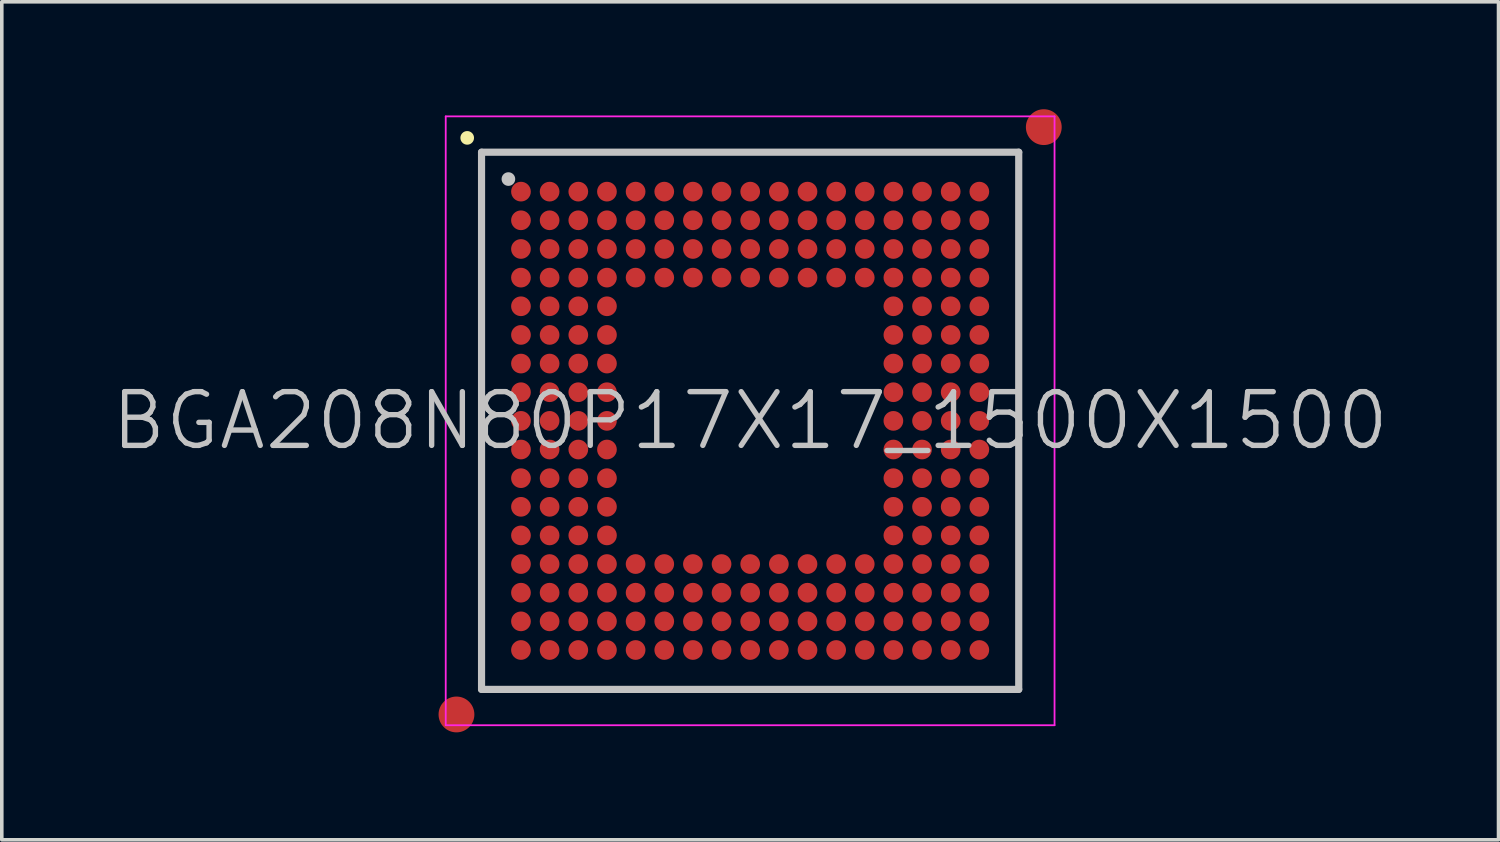
<source format=kicad_pcb>
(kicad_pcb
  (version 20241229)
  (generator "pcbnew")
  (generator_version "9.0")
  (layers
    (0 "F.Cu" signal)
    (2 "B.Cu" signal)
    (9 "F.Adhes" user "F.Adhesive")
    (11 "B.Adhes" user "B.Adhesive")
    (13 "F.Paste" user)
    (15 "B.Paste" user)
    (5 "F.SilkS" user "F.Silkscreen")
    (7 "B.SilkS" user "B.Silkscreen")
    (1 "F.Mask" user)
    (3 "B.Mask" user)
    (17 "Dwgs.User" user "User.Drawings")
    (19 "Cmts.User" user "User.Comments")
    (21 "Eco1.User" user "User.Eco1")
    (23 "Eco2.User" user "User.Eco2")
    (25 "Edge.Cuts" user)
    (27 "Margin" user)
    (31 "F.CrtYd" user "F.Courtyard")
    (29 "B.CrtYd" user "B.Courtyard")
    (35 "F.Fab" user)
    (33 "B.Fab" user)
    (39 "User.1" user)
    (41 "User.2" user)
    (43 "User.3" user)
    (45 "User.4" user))
  (footprint "BGA208N80P17X17_1500X1500"
    (layer "F.Cu")
    (at 17.896 8.7)
    (property "Reference" "BGA208N80P17X17_1500X1500" (at 0 0 0) (layer "Dwgs.User") (effects (font (size 1.5 1.5) (thickness 0.15))))
    (attr smd)
    (fp_line (start -7.9 -7.9) (end -7.9 -7.9) (stroke (width 0.381) (type solid)) (layer "F.SilkS"))
    (fp_line (start -7.5 -7.5) (end -7.5 7.5) (stroke (width 0.2) (type solid)) (layer "Dwgs.User"))
    (fp_line (start -7.5 -7.5) (end 7.5 -7.5) (stroke (width 0.2) (type solid)) (layer "Dwgs.User"))
    (fp_line (start -7.5 7.5) (end 7.5 7.5) (stroke (width 0.2) (type solid)) (layer "Dwgs.User"))
    (fp_line (start -6.75 -6.75) (end -6.75 -6.75) (stroke (width 0.381) (type solid)) (layer "Dwgs.User"))
    (fp_line (start 7.5 -7.5) (end 7.5 7.5) (stroke (width 0.2) (type solid)) (layer "Dwgs.User"))
    (fp_line (start -8.5 -8.5) (end -8.5 8.5) (stroke (width 0.05) (type solid)) (layer "F.CrtYd"))
    (fp_line (start -8.5 -8.5) (end 8.5 -8.5) (stroke (width 0.05) (type solid)) (layer "F.CrtYd"))
    (fp_line (start -8.5 8.5) (end 8.5 8.5) (stroke (width 0.05) (type solid)) (layer "F.CrtYd"))
    (fp_line (start 8.5 -8.5) (end 8.5 8.5) (stroke (width 0.05) (type solid)) (layer "F.CrtYd"))
    (pad "" smd circle (at -8.2 8.2) (size 1 1) (layers "F.Cu" "F.Mask"))
    (pad "" smd circle (at 8.2 -8.2) (size 1 1) (layers "F.Cu" "F.Mask"))
    (pad "A1" smd circle (at -6.399 -6.399) (size 0.55 0.55) (layers "F.Cu" "F.Mask" "F.Paste"))
    (pad "A2" smd circle (at -5.599 -6.399) (size 0.55 0.55) (layers "F.Cu" "F.Mask" "F.Paste"))
    (pad "A3" smd circle (at -4.798 -6.399) (size 0.55 0.55) (layers "F.Cu" "F.Mask" "F.Paste"))
    (pad "A4" smd circle (at -3.998 -6.399) (size 0.55 0.55) (layers "F.Cu" "F.Mask" "F.Paste"))
    (pad "A5" smd circle (at -3.198 -6.399) (size 0.55 0.55) (layers "F.Cu" "F.Mask" "F.Paste"))
    (pad "A6" smd circle (at -2.398 -6.399) (size 0.55 0.55) (layers "F.Cu" "F.Mask" "F.Paste"))
    (pad "A7" smd circle (at -1.598 -6.399) (size 0.55 0.55) (layers "F.Cu" "F.Mask" "F.Paste"))
    (pad "A8" smd circle (at -0.798 -6.399) (size 0.55 0.55) (layers "F.Cu" "F.Mask" "F.Paste"))
    (pad "A9" smd circle (at 0.002 -6.399) (size 0.55 0.55) (layers "F.Cu" "F.Mask" "F.Paste"))
    (pad "A10" smd circle (at 0.802 -6.399) (size 0.55 0.55) (layers "F.Cu" "F.Mask" "F.Paste"))
    (pad "A11" smd circle (at 1.602 -6.399) (size 0.55 0.55) (layers "F.Cu" "F.Mask" "F.Paste"))
    (pad "A12" smd circle (at 2.402 -6.399) (size 0.55 0.55) (layers "F.Cu" "F.Mask" "F.Paste"))
    (pad "A13" smd circle (at 3.2 -6.399) (size 0.55 0.55) (layers "F.Cu" "F.Mask" "F.Paste"))
    (pad "A14" smd circle (at 4 -6.399) (size 0.55 0.55) (layers "F.Cu" "F.Mask" "F.Paste"))
    (pad "A15" smd circle (at 4.8 -6.399) (size 0.55 0.55) (layers "F.Cu" "F.Mask" "F.Paste"))
    (pad "A16" smd circle (at 5.6 -6.399) (size 0.55 0.55) (layers "F.Cu" "F.Mask" "F.Paste"))
    (pad "A17" smd circle (at 6.4 -6.399) (size 0.55 0.55) (layers "F.Cu" "F.Mask" "F.Paste"))
    (pad "B1" smd circle (at -6.399 -5.599) (size 0.55 0.55) (layers "F.Cu" "F.Mask" "F.Paste"))
    (pad "B2" smd circle (at -5.599 -5.599) (size 0.55 0.55) (layers "F.Cu" "F.Mask" "F.Paste"))
    (pad "B3" smd circle (at -4.798 -5.599) (size 0.55 0.55) (layers "F.Cu" "F.Mask" "F.Paste"))
    (pad "B4" smd circle (at -3.998 -5.599) (size 0.55 0.55) (layers "F.Cu" "F.Mask" "F.Paste"))
    (pad "B5" smd circle (at -3.198 -5.599) (size 0.55 0.55) (layers "F.Cu" "F.Mask" "F.Paste"))
    (pad "B6" smd circle (at -2.398 -5.599) (size 0.55 0.55) (layers "F.Cu" "F.Mask" "F.Paste"))
    (pad "B7" smd circle (at -1.598 -5.599) (size 0.55 0.55) (layers "F.Cu" "F.Mask" "F.Paste"))
    (pad "B8" smd circle (at -0.798 -5.599) (size 0.55 0.55) (layers "F.Cu" "F.Mask" "F.Paste"))
    (pad "B9" smd circle (at 0.002 -5.599) (size 0.55 0.55) (layers "F.Cu" "F.Mask" "F.Paste"))
    (pad "B10" smd circle (at 0.802 -5.599) (size 0.55 0.55) (layers "F.Cu" "F.Mask" "F.Paste"))
    (pad "B11" smd circle (at 1.602 -5.599) (size 0.55 0.55) (layers "F.Cu" "F.Mask" "F.Paste"))
    (pad "B12" smd circle (at 2.402 -5.599) (size 0.55 0.55) (layers "F.Cu" "F.Mask" "F.Paste"))
    (pad "B13" smd circle (at 3.2 -5.599) (size 0.55 0.55) (layers "F.Cu" "F.Mask" "F.Paste"))
    (pad "B14" smd circle (at 4 -5.599) (size 0.55 0.55) (layers "F.Cu" "F.Mask" "F.Paste"))
    (pad "B15" smd circle (at 4.8 -5.599) (size 0.55 0.55) (layers "F.Cu" "F.Mask" "F.Paste"))
    (pad "B16" smd circle (at 5.6 -5.599) (size 0.55 0.55) (layers "F.Cu" "F.Mask" "F.Paste"))
    (pad "B17" smd circle (at 6.4 -5.599) (size 0.55 0.55) (layers "F.Cu" "F.Mask" "F.Paste"))
    (pad "C1" smd circle (at -6.399 -4.798) (size 0.55 0.55) (layers "F.Cu" "F.Mask" "F.Paste"))
    (pad "C2" smd circle (at -5.599 -4.798) (size 0.55 0.55) (layers "F.Cu" "F.Mask" "F.Paste"))
    (pad "C3" smd circle (at -4.798 -4.798) (size 0.55 0.55) (layers "F.Cu" "F.Mask" "F.Paste"))
    (pad "C4" smd circle (at -3.998 -4.798) (size 0.55 0.55) (layers "F.Cu" "F.Mask" "F.Paste"))
    (pad "C5" smd circle (at -3.198 -4.798) (size 0.55 0.55) (layers "F.Cu" "F.Mask" "F.Paste"))
    (pad "C6" smd circle (at -2.398 -4.798) (size 0.55 0.55) (layers "F.Cu" "F.Mask" "F.Paste"))
    (pad "C7" smd circle (at -1.598 -4.798) (size 0.55 0.55) (layers "F.Cu" "F.Mask" "F.Paste"))
    (pad "C8" smd circle (at -0.798 -4.798) (size 0.55 0.55) (layers "F.Cu" "F.Mask" "F.Paste"))
    (pad "C9" smd circle (at 0.002 -4.798) (size 0.55 0.55) (layers "F.Cu" "F.Mask" "F.Paste"))
    (pad "C10" smd circle (at 0.802 -4.798) (size 0.55 0.55) (layers "F.Cu" "F.Mask" "F.Paste"))
    (pad "C11" smd circle (at 1.602 -4.798) (size 0.55 0.55) (layers "F.Cu" "F.Mask" "F.Paste"))
    (pad "C12" smd circle (at 2.402 -4.798) (size 0.55 0.55) (layers "F.Cu" "F.Mask" "F.Paste"))
    (pad "C13" smd circle (at 3.2 -4.798) (size 0.55 0.55) (layers "F.Cu" "F.Mask" "F.Paste"))
    (pad "C14" smd circle (at 4 -4.798) (size 0.55 0.55) (layers "F.Cu" "F.Mask" "F.Paste"))
    (pad "C15" smd circle (at 4.8 -4.798) (size 0.55 0.55) (layers "F.Cu" "F.Mask" "F.Paste"))
    (pad "C16" smd circle (at 5.6 -4.798) (size 0.55 0.55) (layers "F.Cu" "F.Mask" "F.Paste"))
    (pad "C17" smd circle (at 6.4 -4.798) (size 0.55 0.55) (layers "F.Cu" "F.Mask" "F.Paste"))
    (pad "D1" smd circle (at -6.399 -3.998) (size 0.55 0.55) (layers "F.Cu" "F.Mask" "F.Paste"))
    (pad "D2" smd circle (at -5.599 -3.998) (size 0.55 0.55) (layers "F.Cu" "F.Mask" "F.Paste"))
    (pad "D3" smd circle (at -4.798 -3.998) (size 0.55 0.55) (layers "F.Cu" "F.Mask" "F.Paste"))
    (pad "D4" smd circle (at -3.998 -3.998) (size 0.55 0.55) (layers "F.Cu" "F.Mask" "F.Paste"))
    (pad "D5" smd circle (at -3.198 -3.998) (size 0.55 0.55) (layers "F.Cu" "F.Mask" "F.Paste"))
    (pad "D6" smd circle (at -2.398 -3.998) (size 0.55 0.55) (layers "F.Cu" "F.Mask" "F.Paste"))
    (pad "D7" smd circle (at -1.598 -3.998) (size 0.55 0.55) (layers "F.Cu" "F.Mask" "F.Paste"))
    (pad "D8" smd circle (at -0.798 -3.998) (size 0.55 0.55) (layers "F.Cu" "F.Mask" "F.Paste"))
    (pad "D9" smd circle (at 0.002 -3.998) (size 0.55 0.55) (layers "F.Cu" "F.Mask" "F.Paste"))
    (pad "D10" smd circle (at 0.802 -3.998) (size 0.55 0.55) (layers "F.Cu" "F.Mask" "F.Paste"))
    (pad "D11" smd circle (at 1.602 -3.998) (size 0.55 0.55) (layers "F.Cu" "F.Mask" "F.Paste"))
    (pad "D12" smd circle (at 2.402 -3.998) (size 0.55 0.55) (layers "F.Cu" "F.Mask" "F.Paste"))
    (pad "D13" smd circle (at 3.2 -3.998) (size 0.55 0.55) (layers "F.Cu" "F.Mask" "F.Paste"))
    (pad "D14" smd circle (at 4 -3.998) (size 0.55 0.55) (layers "F.Cu" "F.Mask" "F.Paste"))
    (pad "D15" smd circle (at 4.8 -3.998) (size 0.55 0.55) (layers "F.Cu" "F.Mask" "F.Paste"))
    (pad "D16" smd circle (at 5.6 -3.998) (size 0.55 0.55) (layers "F.Cu" "F.Mask" "F.Paste"))
    (pad "D17" smd circle (at 6.4 -3.998) (size 0.55 0.55) (layers "F.Cu" "F.Mask" "F.Paste"))
    (pad "E1" smd circle (at -6.399 -3.198) (size 0.55 0.55) (layers "F.Cu" "F.Mask" "F.Paste"))
    (pad "E2" smd circle (at -5.599 -3.198) (size 0.55 0.55) (layers "F.Cu" "F.Mask" "F.Paste"))
    (pad "E3" smd circle (at -4.798 -3.198) (size 0.55 0.55) (layers "F.Cu" "F.Mask" "F.Paste"))
    (pad "E4" smd circle (at -3.998 -3.198) (size 0.55 0.55) (layers "F.Cu" "F.Mask" "F.Paste"))
    (pad "E14" smd circle (at 4 -3.198) (size 0.55 0.55) (layers "F.Cu" "F.Mask" "F.Paste"))
    (pad "E15" smd circle (at 4.8 -3.198) (size 0.55 0.55) (layers "F.Cu" "F.Mask" "F.Paste"))
    (pad "E16" smd circle (at 5.6 -3.198) (size 0.55 0.55) (layers "F.Cu" "F.Mask" "F.Paste"))
    (pad "E17" smd circle (at 6.4 -3.198) (size 0.55 0.55) (layers "F.Cu" "F.Mask" "F.Paste"))
    (pad "F1" smd circle (at -6.399 -2.398) (size 0.55 0.55) (layers "F.Cu" "F.Mask" "F.Paste"))
    (pad "F2" smd circle (at -5.599 -2.398) (size 0.55 0.55) (layers "F.Cu" "F.Mask" "F.Paste"))
    (pad "F3" smd circle (at -4.798 -2.398) (size 0.55 0.55) (layers "F.Cu" "F.Mask" "F.Paste"))
    (pad "F4" smd circle (at -3.998 -2.398) (size 0.55 0.55) (layers "F.Cu" "F.Mask" "F.Paste"))
    (pad "F14" smd circle (at 4 -2.398) (size 0.55 0.55) (layers "F.Cu" "F.Mask" "F.Paste"))
    (pad "F15" smd circle (at 4.8 -2.398) (size 0.55 0.55) (layers "F.Cu" "F.Mask" "F.Paste"))
    (pad "F16" smd circle (at 5.6 -2.398) (size 0.55 0.55) (layers "F.Cu" "F.Mask" "F.Paste"))
    (pad "F17" smd circle (at 6.4 -2.398) (size 0.55 0.55) (layers "F.Cu" "F.Mask" "F.Paste"))
    (pad "G1" smd circle (at -6.399 -1.598) (size 0.55 0.55) (layers "F.Cu" "F.Mask" "F.Paste"))
    (pad "G2" smd circle (at -5.599 -1.598) (size 0.55 0.55) (layers "F.Cu" "F.Mask" "F.Paste"))
    (pad "G3" smd circle (at -4.798 -1.598) (size 0.55 0.55) (layers "F.Cu" "F.Mask" "F.Paste"))
    (pad "G4" smd circle (at -3.998 -1.598) (size 0.55 0.55) (layers "F.Cu" "F.Mask" "F.Paste"))
    (pad "G14" smd circle (at 4 -1.598) (size 0.55 0.55) (layers "F.Cu" "F.Mask" "F.Paste"))
    (pad "G15" smd circle (at 4.8 -1.598) (size 0.55 0.55) (layers "F.Cu" "F.Mask" "F.Paste"))
    (pad "G16" smd circle (at 5.6 -1.598) (size 0.55 0.55) (layers "F.Cu" "F.Mask" "F.Paste"))
    (pad "G17" smd circle (at 6.4 -1.598) (size 0.55 0.55) (layers "F.Cu" "F.Mask" "F.Paste"))
    (pad "H1" smd circle (at -6.399 -0.798) (size 0.55 0.55) (layers "F.Cu" "F.Mask" "F.Paste"))
    (pad "H2" smd circle (at -5.599 -0.798) (size 0.55 0.55) (layers "F.Cu" "F.Mask" "F.Paste"))
    (pad "H3" smd circle (at -4.798 -0.798) (size 0.55 0.55) (layers "F.Cu" "F.Mask" "F.Paste"))
    (pad "H4" smd circle (at -3.998 -0.798) (size 0.55 0.55) (layers "F.Cu" "F.Mask" "F.Paste"))
    (pad "H14" smd circle (at 4 -0.798) (size 0.55 0.55) (layers "F.Cu" "F.Mask" "F.Paste"))
    (pad "H15" smd circle (at 4.8 -0.798) (size 0.55 0.55) (layers "F.Cu" "F.Mask" "F.Paste"))
    (pad "H16" smd circle (at 5.6 -0.798) (size 0.55 0.55) (layers "F.Cu" "F.Mask" "F.Paste"))
    (pad "H17" smd circle (at 6.4 -0.798) (size 0.55 0.55) (layers "F.Cu" "F.Mask" "F.Paste"))
    (pad "J1" smd circle (at -6.399 0.002) (size 0.55 0.55) (layers "F.Cu" "F.Mask" "F.Paste"))
    (pad "J2" smd circle (at -5.599 0.002) (size 0.55 0.55) (layers "F.Cu" "F.Mask" "F.Paste"))
    (pad "J3" smd circle (at -4.798 0.002) (size 0.55 0.55) (layers "F.Cu" "F.Mask" "F.Paste"))
    (pad "J4" smd circle (at -3.998 0.002) (size 0.55 0.55) (layers "F.Cu" "F.Mask" "F.Paste"))
    (pad "J14" smd circle (at 4 0.002) (size 0.55 0.55) (layers "F.Cu" "F.Mask" "F.Paste"))
    (pad "J15" smd circle (at 4.8 0.002) (size 0.55 0.55) (layers "F.Cu" "F.Mask" "F.Paste"))
    (pad "J16" smd circle (at 5.6 0.002) (size 0.55 0.55) (layers "F.Cu" "F.Mask" "F.Paste"))
    (pad "J17" smd circle (at 6.4 0.002) (size 0.55 0.55) (layers "F.Cu" "F.Mask" "F.Paste"))
    (pad "K1" smd circle (at -6.399 0.802) (size 0.55 0.55) (layers "F.Cu" "F.Mask" "F.Paste"))
    (pad "K2" smd circle (at -5.599 0.802) (size 0.55 0.55) (layers "F.Cu" "F.Mask" "F.Paste"))
    (pad "K3" smd circle (at -4.798 0.802) (size 0.55 0.55) (layers "F.Cu" "F.Mask" "F.Paste"))
    (pad "K4" smd circle (at -3.998 0.802) (size 0.55 0.55) (layers "F.Cu" "F.Mask" "F.Paste"))
    (pad "K14" smd circle (at 4 0.802) (size 0.55 0.55) (layers "F.Cu" "F.Mask" "F.Paste"))
    (pad "K15" smd circle (at 4.8 0.802) (size 0.55 0.55) (layers "F.Cu" "F.Mask" "F.Paste"))
    (pad "K16" smd circle (at 5.6 0.802) (size 0.55 0.55) (layers "F.Cu" "F.Mask" "F.Paste"))
    (pad "K17" smd circle (at 6.4 0.802) (size 0.55 0.55) (layers "F.Cu" "F.Mask" "F.Paste"))
    (pad "L1" smd circle (at -6.399 1.602) (size 0.55 0.55) (layers "F.Cu" "F.Mask" "F.Paste"))
    (pad "L2" smd circle (at -5.599 1.602) (size 0.55 0.55) (layers "F.Cu" "F.Mask" "F.Paste"))
    (pad "L3" smd circle (at -4.798 1.602) (size 0.55 0.55) (layers "F.Cu" "F.Mask" "F.Paste"))
    (pad "L4" smd circle (at -3.998 1.602) (size 0.55 0.55) (layers "F.Cu" "F.Mask" "F.Paste"))
    (pad "L14" smd circle (at 4 1.602) (size 0.55 0.55) (layers "F.Cu" "F.Mask" "F.Paste"))
    (pad "L15" smd circle (at 4.8 1.602) (size 0.55 0.55) (layers "F.Cu" "F.Mask" "F.Paste"))
    (pad "L16" smd circle (at 5.6 1.602) (size 0.55 0.55) (layers "F.Cu" "F.Mask" "F.Paste"))
    (pad "L17" smd circle (at 6.4 1.602) (size 0.55 0.55) (layers "F.Cu" "F.Mask" "F.Paste"))
    (pad "M1" smd circle (at -6.399 2.402) (size 0.55 0.55) (layers "F.Cu" "F.Mask" "F.Paste"))
    (pad "M2" smd circle (at -5.599 2.402) (size 0.55 0.55) (layers "F.Cu" "F.Mask" "F.Paste"))
    (pad "M3" smd circle (at -4.798 2.402) (size 0.55 0.55) (layers "F.Cu" "F.Mask" "F.Paste"))
    (pad "M4" smd circle (at -3.998 2.402) (size 0.55 0.55) (layers "F.Cu" "F.Mask" "F.Paste"))
    (pad "M14" smd circle (at 4 2.402) (size 0.55 0.55) (layers "F.Cu" "F.Mask" "F.Paste"))
    (pad "M15" smd circle (at 4.8 2.402) (size 0.55 0.55) (layers "F.Cu" "F.Mask" "F.Paste"))
    (pad "M16" smd circle (at 5.6 2.402) (size 0.55 0.55) (layers "F.Cu" "F.Mask" "F.Paste"))
    (pad "M17" smd circle (at 6.4 2.402) (size 0.55 0.55) (layers "F.Cu" "F.Mask" "F.Paste"))
    (pad "N1" smd circle (at -6.399 3.2) (size 0.55 0.55) (layers "F.Cu" "F.Mask" "F.Paste"))
    (pad "N2" smd circle (at -5.599 3.2) (size 0.55 0.55) (layers "F.Cu" "F.Mask" "F.Paste"))
    (pad "N3" smd circle (at -4.798 3.2) (size 0.55 0.55) (layers "F.Cu" "F.Mask" "F.Paste"))
    (pad "N4" smd circle (at -3.998 3.2) (size 0.55 0.55) (layers "F.Cu" "F.Mask" "F.Paste"))
    (pad "N14" smd circle (at 4 3.2) (size 0.55 0.55) (layers "F.Cu" "F.Mask" "F.Paste"))
    (pad "N15" smd circle (at 4.8 3.2) (size 0.55 0.55) (layers "F.Cu" "F.Mask" "F.Paste"))
    (pad "N16" smd circle (at 5.6 3.2) (size 0.55 0.55) (layers "F.Cu" "F.Mask" "F.Paste"))
    (pad "N17" smd circle (at 6.4 3.2) (size 0.55 0.55) (layers "F.Cu" "F.Mask" "F.Paste"))
    (pad "P1" smd circle (at -6.399 4) (size 0.55 0.55) (layers "F.Cu" "F.Mask" "F.Paste"))
    (pad "P2" smd circle (at -5.599 4) (size 0.55 0.55) (layers "F.Cu" "F.Mask" "F.Paste"))
    (pad "P3" smd circle (at -4.798 4) (size 0.55 0.55) (layers "F.Cu" "F.Mask" "F.Paste"))
    (pad "P4" smd circle (at -3.998 4) (size 0.55 0.55) (layers "F.Cu" "F.Mask" "F.Paste"))
    (pad "P5" smd circle (at -3.198 4) (size 0.55 0.55) (layers "F.Cu" "F.Mask" "F.Paste"))
    (pad "P6" smd circle (at -2.398 4) (size 0.55 0.55) (layers "F.Cu" "F.Mask" "F.Paste"))
    (pad "P7" smd circle (at -1.598 4) (size 0.55 0.55) (layers "F.Cu" "F.Mask" "F.Paste"))
    (pad "P8" smd circle (at -0.798 4) (size 0.55 0.55) (layers "F.Cu" "F.Mask" "F.Paste"))
    (pad "P9" smd circle (at 0.002 4) (size 0.55 0.55) (layers "F.Cu" "F.Mask" "F.Paste"))
    (pad "P10" smd circle (at 0.802 4) (size 0.55 0.55) (layers "F.Cu" "F.Mask" "F.Paste"))
    (pad "P11" smd circle (at 1.602 4) (size 0.55 0.55) (layers "F.Cu" "F.Mask" "F.Paste"))
    (pad "P12" smd circle (at 2.402 4) (size 0.55 0.55) (layers "F.Cu" "F.Mask" "F.Paste"))
    (pad "P13" smd circle (at 3.2 4) (size 0.55 0.55) (layers "F.Cu" "F.Mask" "F.Paste"))
    (pad "P14" smd circle (at 4 4) (size 0.55 0.55) (layers "F.Cu" "F.Mask" "F.Paste"))
    (pad "P15" smd circle (at 4.8 4) (size 0.55 0.55) (layers "F.Cu" "F.Mask" "F.Paste"))
    (pad "P16" smd circle (at 5.6 4) (size 0.55 0.55) (layers "F.Cu" "F.Mask" "F.Paste"))
    (pad "P17" smd circle (at 6.4 4) (size 0.55 0.55) (layers "F.Cu" "F.Mask" "F.Paste"))
    (pad "R1" smd circle (at -6.399 4.8) (size 0.55 0.55) (layers "F.Cu" "F.Mask" "F.Paste"))
    (pad "R2" smd circle (at -5.599 4.8) (size 0.55 0.55) (layers "F.Cu" "F.Mask" "F.Paste"))
    (pad "R3" smd circle (at -4.798 4.8) (size 0.55 0.55) (layers "F.Cu" "F.Mask" "F.Paste"))
    (pad "R4" smd circle (at -3.998 4.8) (size 0.55 0.55) (layers "F.Cu" "F.Mask" "F.Paste"))
    (pad "R5" smd circle (at -3.198 4.8) (size 0.55 0.55) (layers "F.Cu" "F.Mask" "F.Paste"))
    (pad "R6" smd circle (at -2.398 4.8) (size 0.55 0.55) (layers "F.Cu" "F.Mask" "F.Paste"))
    (pad "R7" smd circle (at -1.598 4.8) (size 0.55 0.55) (layers "F.Cu" "F.Mask" "F.Paste"))
    (pad "R8" smd circle (at -0.798 4.8) (size 0.55 0.55) (layers "F.Cu" "F.Mask" "F.Paste"))
    (pad "R9" smd circle (at 0.002 4.8) (size 0.55 0.55) (layers "F.Cu" "F.Mask" "F.Paste"))
    (pad "R10" smd circle (at 0.802 4.8) (size 0.55 0.55) (layers "F.Cu" "F.Mask" "F.Paste"))
    (pad "R11" smd circle (at 1.602 4.8) (size 0.55 0.55) (layers "F.Cu" "F.Mask" "F.Paste"))
    (pad "R12" smd circle (at 2.402 4.8) (size 0.55 0.55) (layers "F.Cu" "F.Mask" "F.Paste"))
    (pad "R13" smd circle (at 3.2 4.8) (size 0.55 0.55) (layers "F.Cu" "F.Mask" "F.Paste"))
    (pad "R14" smd circle (at 4 4.8) (size 0.55 0.55) (layers "F.Cu" "F.Mask" "F.Paste"))
    (pad "R15" smd circle (at 4.8 4.8) (size 0.55 0.55) (layers "F.Cu" "F.Mask" "F.Paste"))
    (pad "R16" smd circle (at 5.6 4.8) (size 0.55 0.55) (layers "F.Cu" "F.Mask" "F.Paste"))
    (pad "R17" smd circle (at 6.4 4.8) (size 0.55 0.55) (layers "F.Cu" "F.Mask" "F.Paste"))
    (pad "T1" smd circle (at -6.399 5.6) (size 0.55 0.55) (layers "F.Cu" "F.Mask" "F.Paste"))
    (pad "T2" smd circle (at -5.599 5.6) (size 0.55 0.55) (layers "F.Cu" "F.Mask" "F.Paste"))
    (pad "T3" smd circle (at -4.798 5.6) (size 0.55 0.55) (layers "F.Cu" "F.Mask" "F.Paste"))
    (pad "T4" smd circle (at -3.998 5.6) (size 0.55 0.55) (layers "F.Cu" "F.Mask" "F.Paste"))
    (pad "T5" smd circle (at -3.198 5.6) (size 0.55 0.55) (layers "F.Cu" "F.Mask" "F.Paste"))
    (pad "T6" smd circle (at -2.398 5.6) (size 0.55 0.55) (layers "F.Cu" "F.Mask" "F.Paste"))
    (pad "T7" smd circle (at -1.598 5.6) (size 0.55 0.55) (layers "F.Cu" "F.Mask" "F.Paste"))
    (pad "T8" smd circle (at -0.798 5.6) (size 0.55 0.55) (layers "F.Cu" "F.Mask" "F.Paste"))
    (pad "T9" smd circle (at 0.002 5.6) (size 0.55 0.55) (layers "F.Cu" "F.Mask" "F.Paste"))
    (pad "T10" smd circle (at 0.802 5.6) (size 0.55 0.55) (layers "F.Cu" "F.Mask" "F.Paste"))
    (pad "T11" smd circle (at 1.602 5.6) (size 0.55 0.55) (layers "F.Cu" "F.Mask" "F.Paste"))
    (pad "T12" smd circle (at 2.402 5.6) (size 0.55 0.55) (layers "F.Cu" "F.Mask" "F.Paste"))
    (pad "T13" smd circle (at 3.2 5.6) (size 0.55 0.55) (layers "F.Cu" "F.Mask" "F.Paste"))
    (pad "T14" smd circle (at 4 5.6) (size 0.55 0.55) (layers "F.Cu" "F.Mask" "F.Paste"))
    (pad "T15" smd circle (at 4.8 5.6) (size 0.55 0.55) (layers "F.Cu" "F.Mask" "F.Paste"))
    (pad "T16" smd circle (at 5.6 5.6) (size 0.55 0.55) (layers "F.Cu" "F.Mask" "F.Paste"))
    (pad "T17" smd circle (at 6.4 5.6) (size 0.55 0.55) (layers "F.Cu" "F.Mask" "F.Paste"))
    (pad "U1" smd circle (at -6.399 6.4) (size 0.55 0.55) (layers "F.Cu" "F.Mask" "F.Paste"))
    (pad "U2" smd circle (at -5.599 6.4) (size 0.55 0.55) (layers "F.Cu" "F.Mask" "F.Paste"))
    (pad "U3" smd circle (at -4.798 6.4) (size 0.55 0.55) (layers "F.Cu" "F.Mask" "F.Paste"))
    (pad "U4" smd circle (at -3.998 6.4) (size 0.55 0.55) (layers "F.Cu" "F.Mask" "F.Paste"))
    (pad "U5" smd circle (at -3.198 6.4) (size 0.55 0.55) (layers "F.Cu" "F.Mask" "F.Paste"))
    (pad "U6" smd circle (at -2.398 6.4) (size 0.55 0.55) (layers "F.Cu" "F.Mask" "F.Paste"))
    (pad "U7" smd circle (at -1.598 6.4) (size 0.55 0.55) (layers "F.Cu" "F.Mask" "F.Paste"))
    (pad "U8" smd circle (at -0.798 6.4) (size 0.55 0.55) (layers "F.Cu" "F.Mask" "F.Paste"))
    (pad "U9" smd circle (at 0.002 6.4) (size 0.55 0.55) (layers "F.Cu" "F.Mask" "F.Paste"))
    (pad "U10" smd circle (at 0.802 6.4) (size 0.55 0.55) (layers "F.Cu" "F.Mask" "F.Paste"))
    (pad "U11" smd circle (at 1.602 6.4) (size 0.55 0.55) (layers "F.Cu" "F.Mask" "F.Paste"))
    (pad "U12" smd circle (at 2.402 6.4) (size 0.55 0.55) (layers "F.Cu" "F.Mask" "F.Paste"))
    (pad "U13" smd circle (at 3.2 6.4) (size 0.55 0.55) (layers "F.Cu" "F.Mask" "F.Paste"))
    (pad "U14" smd circle (at 4 6.4) (size 0.55 0.55) (layers "F.Cu" "F.Mask" "F.Paste"))
    (pad "U15" smd circle (at 4.8 6.4) (size 0.55 0.55) (layers "F.Cu" "F.Mask" "F.Paste"))
    (pad "U16" smd circle (at 5.6 6.4) (size 0.55 0.55) (layers "F.Cu" "F.Mask" "F.Paste"))
    (pad "U17" smd circle (at 6.4 6.4) (size 0.55 0.55) (layers "F.Cu" "F.Mask" "F.Paste")))
  (gr_rect
    (start -3 -3)
    (end 38.793 20.4)
    (stroke (width 0.1) (type default))
    (fill no)
    (layer "Edge.Cuts")))
</source>
